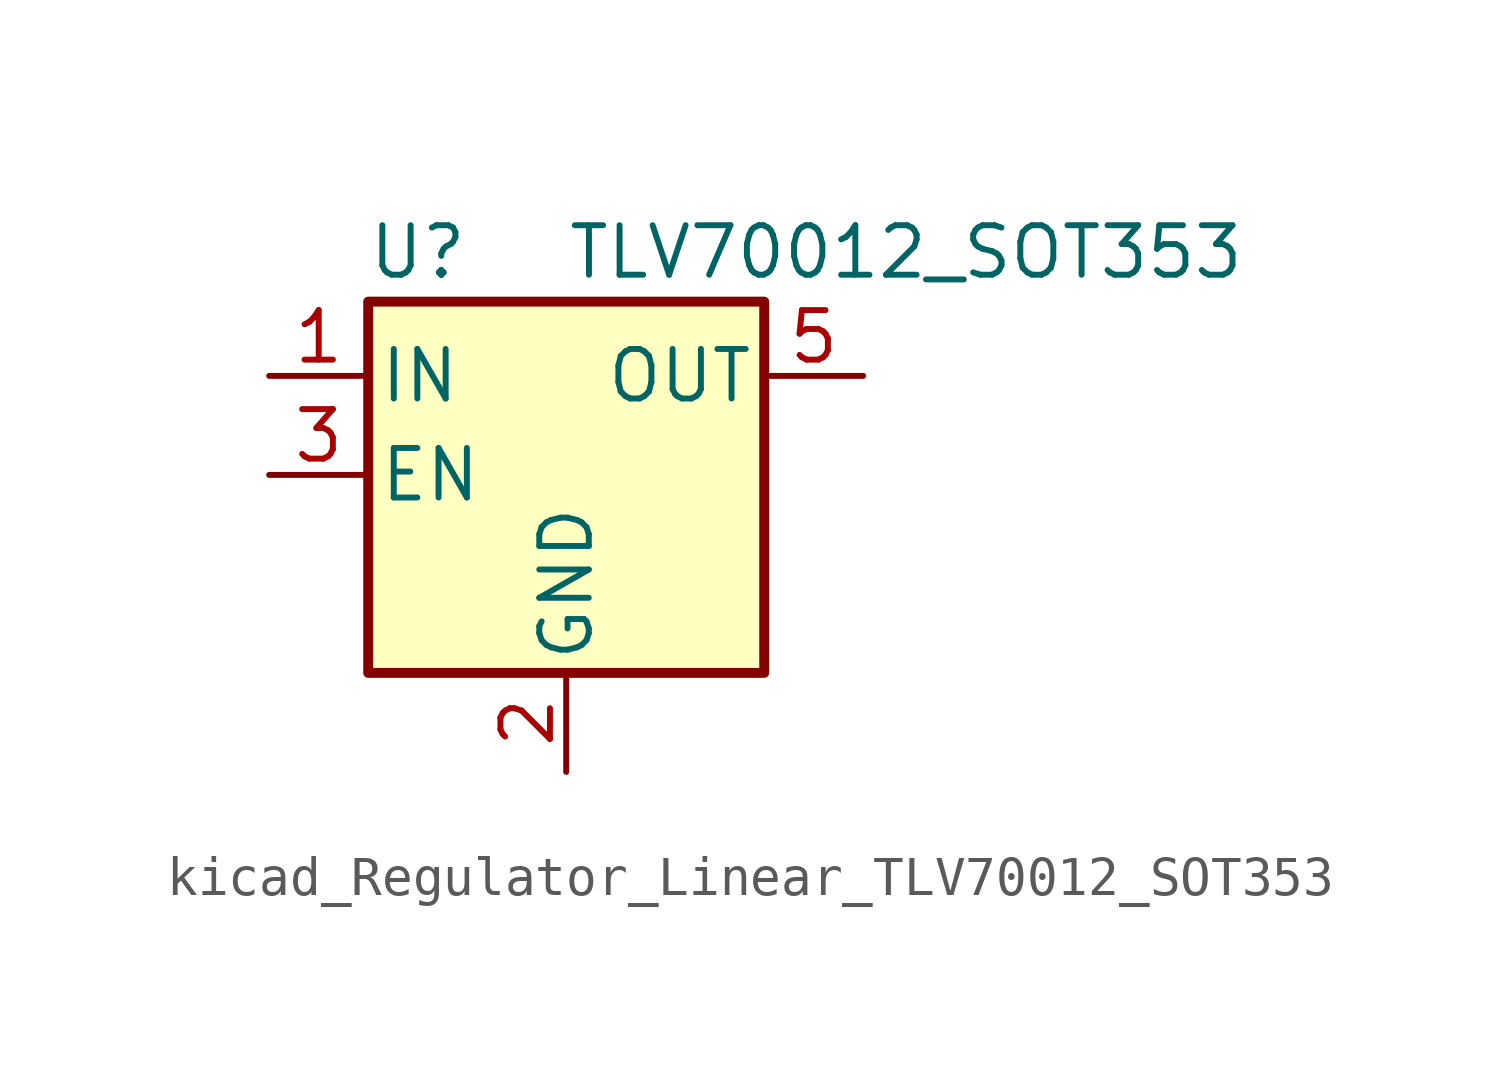
<source format=kicad_sym>
(kicad_symbol_lib
  (version 20220914)
  (generator kicad_symbol_editor)
  (symbol "kicad_Regulator_Linear_TLV70012_SOT353"
    (pin_names
      (offset 0.254))
    (property "Reference" "U"
      (at -3.81 5.715 0)
      (effects (font (size 1.27 1.27))))
    (property "Value" "TLV70012_SOT353"
      (at 0 5.715 0)
      (effects (font (size 1.27 1.27)) (justify left)))
    (symbol "kicad_Regulator_Linear_TLV70012_SOT353_0_1"
      (rectangle (start -5.08 4.445) (end 5.08 -5.08) (stroke (width 0.254) (type default)) (fill (type background))))
    (symbol "kicad_Regulator_Linear_TLV70012_SOT353_1_1"
      (pin power_in line (at -7.62 2.54 0) (length 2.54) (name "IN" (effects (font (size 1.27 1.27)))) (number "1" (effects (font (size 1.27 1.27)))))
      (pin power_in line (at 0 -7.62 90) (length 2.54) (name "GND" (effects (font (size 1.27 1.27)))) (number "2" (effects (font (size 1.27 1.27)))))
      (pin input line (at -7.62 0 0) (length 2.54) (name "EN" (effects (font (size 1.27 1.27)))) (number "3" (effects (font (size 1.27 1.27)))))
      (pin no_connect line (at 5.08 0 180) (length 2.54) hide (name "NC" (effects (font (size 1.27 1.27)))) (number "4" (effects (font (size 1.27 1.27)))))
      (pin power_out line (at 7.62 2.54 180) (length 2.54) (name "OUT" (effects (font (size 1.27 1.27)))) (number "5" (effects (font (size 1.27 1.27))))))))
</source>
